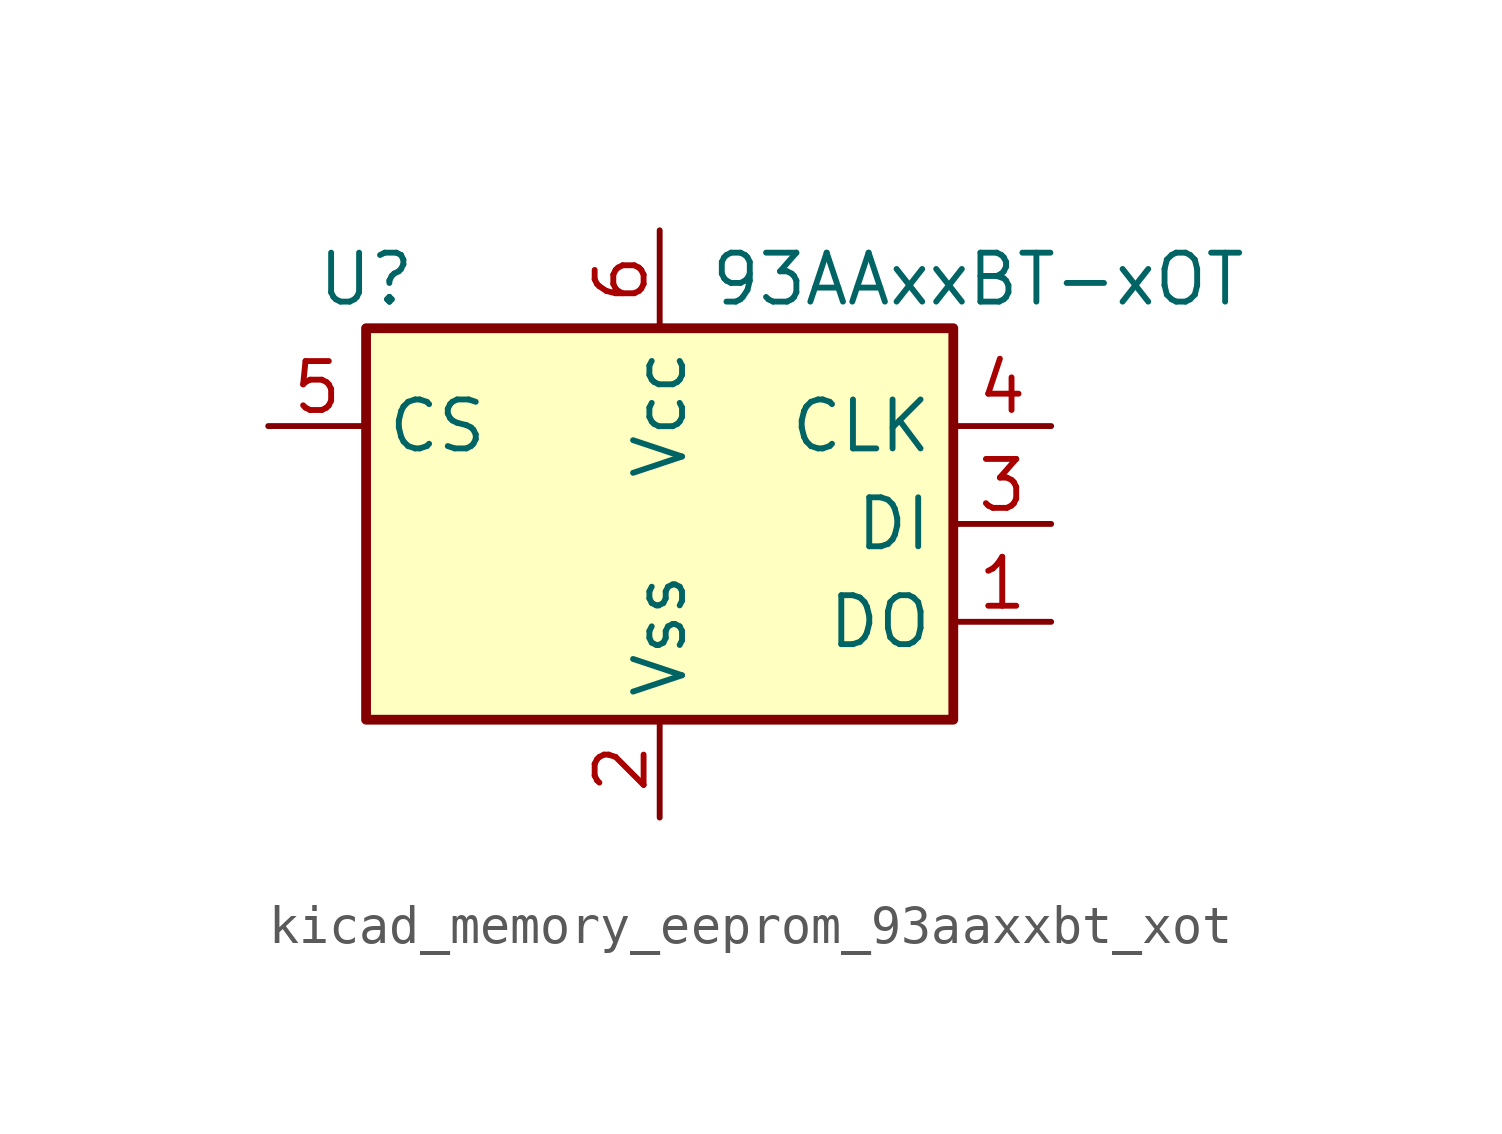
<source format=kicad_sym>
(kicad_symbol_lib
  (version 20220914)
  (generator kicad_symbol_editor)
  (symbol "kicad_memory_eeprom_93aaxxbt_xot"
    (property "Reference" "U"
      (at -7.62 6.35 0)
      (effects (font (size 1.27 1.27))))
    (property "Value" "93AAxxBT-xOT"
      (at 1.27 6.35 0)
      (effects (font (size 1.27 1.27)) (justify left)))
    (symbol "kicad_memory_eeprom_93aaxxbt_xot_1_1"
      (rectangle (start -7.62 5.08) (end 7.62 -5.08) (stroke (width 0.254) (type default)) (fill (type background)))
      (pin tri_state line (at 10.16 -2.54 180) (length 2.54) (name "DO" (effects (font (size 1.27 1.27)))) (number "1" (effects (font (size 1.27 1.27)))))
      (pin power_in line (at 0 -7.62 90) (length 2.54) (name "Vss" (effects (font (size 1.27 1.27)))) (number "2" (effects (font (size 1.27 1.27)))))
      (pin input line (at 10.16 0 180) (length 2.54) (name "DI" (effects (font (size 1.27 1.27)))) (number "3" (effects (font (size 1.27 1.27)))))
      (pin input line (at 10.16 2.54 180) (length 2.54) (name "CLK" (effects (font (size 1.27 1.27)))) (number "4" (effects (font (size 1.27 1.27)))))
      (pin input line (at -10.16 2.54 0) (length 2.54) (name "CS" (effects (font (size 1.27 1.27)))) (number "5" (effects (font (size 1.27 1.27)))))
      (pin power_in line (at 0 7.62 270) (length 2.54) (name "Vcc" (effects (font (size 1.27 1.27)))) (number "6" (effects (font (size 1.27 1.27))))))))
</source>
